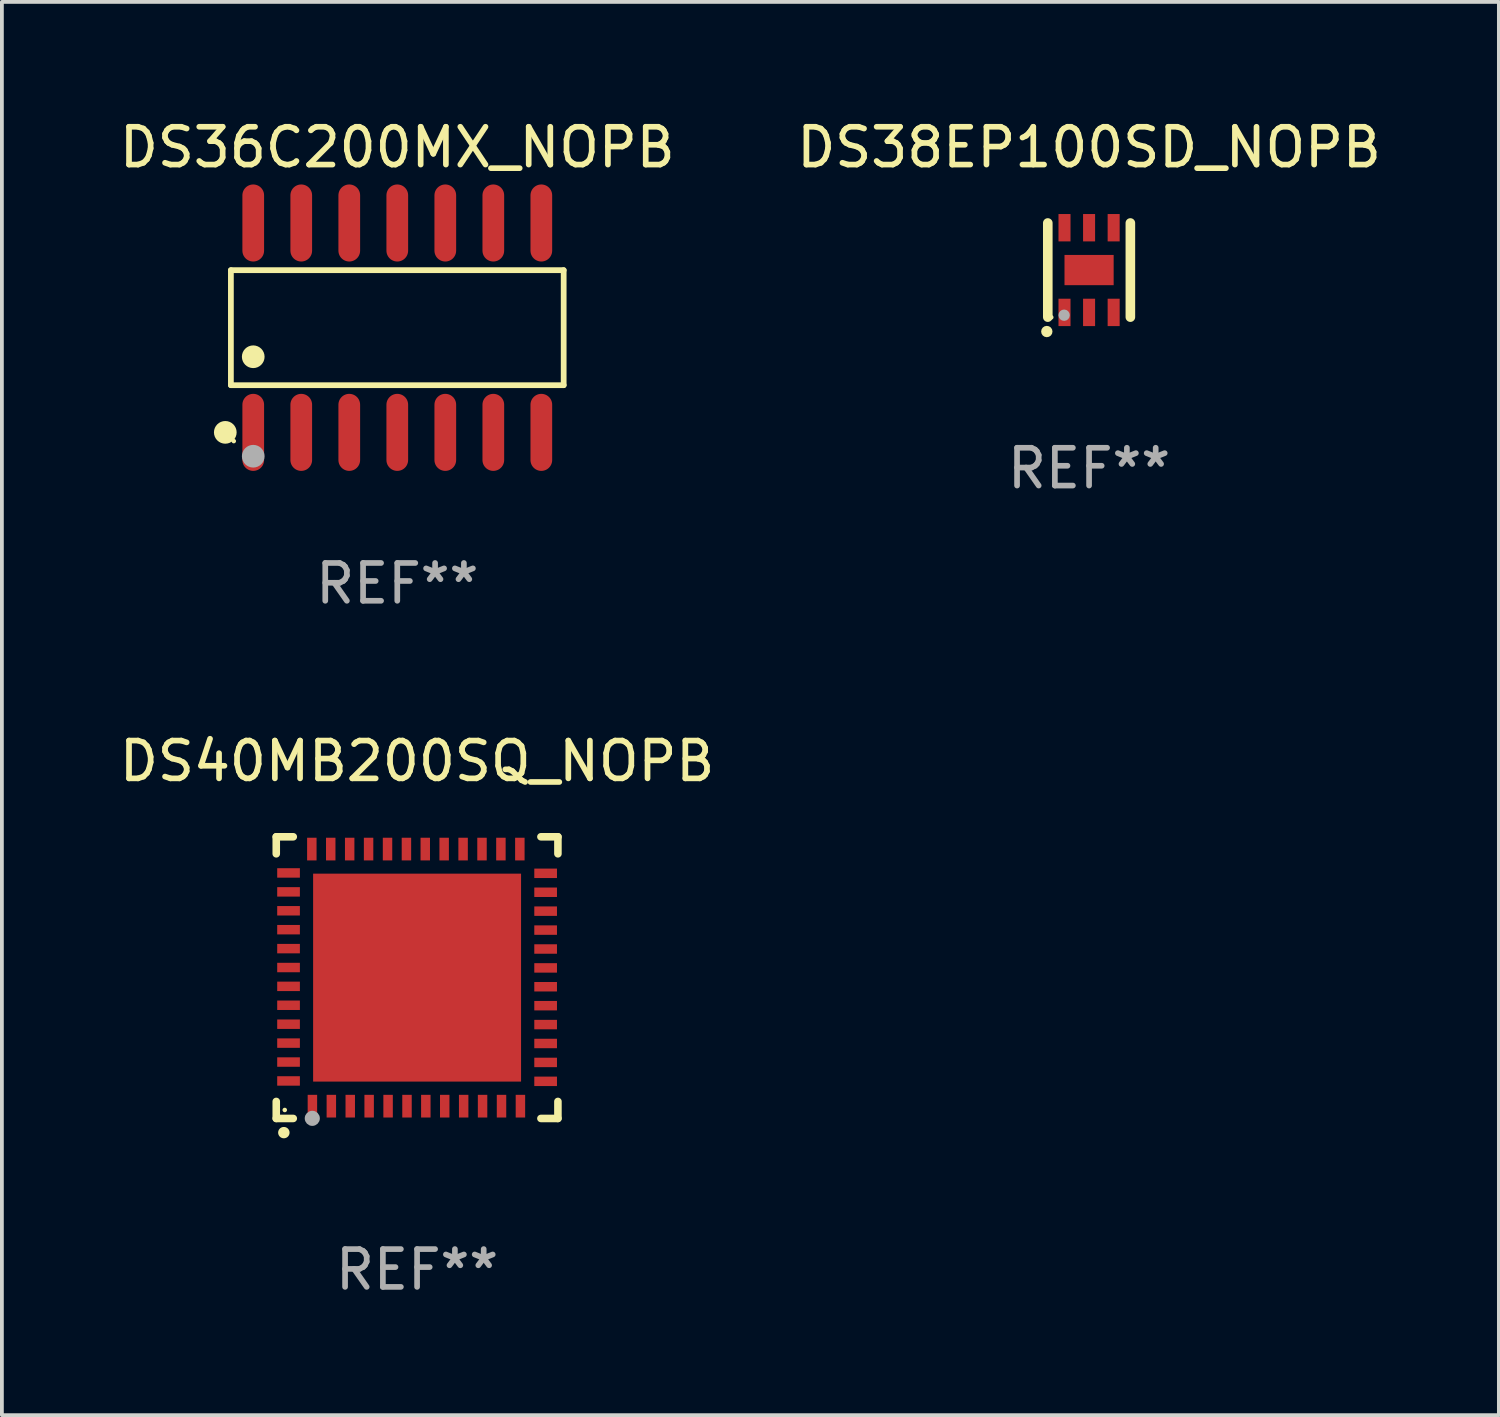
<source format=kicad_pcb>
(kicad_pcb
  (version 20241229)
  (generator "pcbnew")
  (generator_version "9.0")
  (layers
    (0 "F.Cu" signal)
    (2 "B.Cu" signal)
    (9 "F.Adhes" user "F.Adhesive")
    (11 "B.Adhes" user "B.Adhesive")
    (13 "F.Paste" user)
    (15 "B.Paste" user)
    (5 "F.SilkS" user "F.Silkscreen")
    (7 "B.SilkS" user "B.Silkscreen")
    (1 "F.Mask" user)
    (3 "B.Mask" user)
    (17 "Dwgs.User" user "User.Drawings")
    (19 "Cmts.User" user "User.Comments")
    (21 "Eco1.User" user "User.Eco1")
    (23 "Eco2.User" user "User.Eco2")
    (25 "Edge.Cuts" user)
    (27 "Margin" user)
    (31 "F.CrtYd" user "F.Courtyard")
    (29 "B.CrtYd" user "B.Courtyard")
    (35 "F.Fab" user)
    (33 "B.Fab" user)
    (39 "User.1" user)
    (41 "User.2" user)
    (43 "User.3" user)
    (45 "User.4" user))
  (footprint "DS38EP100SD_NOPB"
    (layer "F.Cu")
    (at 25.756 4.093)
    (property "Reference" "DS38EP100SD_NOPB" (at 0 -3.245 0) (layer "F.SilkS") (effects (font (size 1 1) (thickness 0.15))))
    (attr through_hole)
    (fp_line (start -1.092 1.245) (end -1.092 -1.245) (stroke (width 0.254) (type solid)) (layer "F.SilkS"))
    (fp_line (start 1.092 -1.245) (end 1.092 1.245) (stroke (width 0.254) (type solid)) (layer "F.SilkS"))
    (fp_circle (center -1.118 1.626) (end -1.043 1.626) (stroke (width 0.15) (type solid)) (fill no) (layer "F.SilkS"))
    (fp_circle (center -1 1.25) (end -0.97 1.25) (stroke (width 0.06) (type solid)) (fill no) (layer "F.SilkS"))
    (fp_circle (center -0.66 1.194) (end -0.585 1.194) (stroke (width 0.15) (type solid)) (fill no) (layer "F.Fab"))
    (fp_text user "REF**" (at 0 5.245 0) (layer "F.Fab") (effects (font (size 1 1) (thickness 0.15))))
    (pad "1" smd rect (at -0.65 1.12 180) (size 0.318 0.724) (layers "F.Cu" "F.Mask" "F.Paste"))
    (pad "2" smd rect (at 0 1.12 180) (size 0.318 0.724) (layers "F.Cu" "F.Mask" "F.Paste"))
    (pad "3" smd rect (at 0.65 1.12 180) (size 0.318 0.724) (layers "F.Cu" "F.Mask" "F.Paste"))
    (pad "4" smd rect (at 0.65 -1.12 180) (size 0.318 0.724) (layers "F.Cu" "F.Mask" "F.Paste"))
    (pad "5" smd rect (at 0 -1.12 180) (size 0.318 0.724) (layers "F.Cu" "F.Mask" "F.Paste"))
    (pad "6" smd rect (at -0.65 -1.12 180) (size 0.318 0.724) (layers "F.Cu" "F.Mask" "F.Paste"))
    (pad "7" smd rect (at 0 0 90) (size 0.8 1.3) (layers "F.Cu" "F.Mask" "F.Paste")))
  (footprint "DS40MB200SQ_NOPB"
    (layer "F.Cu")
    (at 7.982 22.808)
    (property "Reference" "DS40MB200SQ_NOPB" (at 0 -5.725 0) (layer "F.SilkS") (effects (font (size 1 1) (thickness 0.15))))
    (attr through_hole)
    (fp_line (start -3.725 -3.725) (end -3.275 -3.725) (stroke (width 0.2) (type solid)) (layer "F.SilkS"))
    (fp_line (start -3.725 -3.275) (end -3.725 -3.725) (stroke (width 0.2) (type solid)) (layer "F.SilkS"))
    (fp_line (start -3.725 3.725) (end -3.725 3.275) (stroke (width 0.2) (type solid)) (layer "F.SilkS"))
    (fp_line (start -3.275 3.725) (end -3.725 3.725) (stroke (width 0.2) (type solid)) (layer "F.SilkS"))
    (fp_line (start 3.275 3.725) (end 3.725 3.725) (stroke (width 0.2) (type solid)) (layer "F.SilkS"))
    (fp_line (start 3.725 -3.725) (end 3.275 -3.725) (stroke (width 0.2) (type solid)) (layer "F.SilkS"))
    (fp_line (start 3.725 -3.275) (end 3.725 -3.725) (stroke (width 0.2) (type solid)) (layer "F.SilkS"))
    (fp_line (start 3.725 3.725) (end 3.725 3.275) (stroke (width 0.2) (type solid)) (layer "F.SilkS"))
    (fp_arc (start -3.525527 4.099568) (mid -3.524257 4.099563) (end -3.522987 4.099568) (stroke (width 0.3) (type solid)) (layer "F.SilkS"))
    (fp_circle (center -3.5 3.501) (end -3.47 3.501) (stroke (width 0.06) (type solid)) (fill no) (layer "F.SilkS"))
    (fp_circle (center -2.772 3.722) (end -2.672 3.722) (stroke (width 0.2) (type solid)) (fill no) (layer "F.Fab"))
    (fp_text user "REF**" (at 0 7.725 0) (layer "F.Fab") (effects (font (size 1 1) (thickness 0.15))))
    (pad "1" smd rect (at -2.769 3.4 180) (size 0.25 0.6) (layers "F.Cu" "F.Mask" "F.Paste"))
    (pad "2" smd rect (at -2.268 3.4 180) (size 0.25 0.6) (layers "F.Cu" "F.Mask" "F.Paste"))
    (pad "3" smd rect (at -1.768 3.4 180) (size 0.25 0.6) (layers "F.Cu" "F.Mask" "F.Paste"))
    (pad "4" smd rect (at -1.268 3.4 180) (size 0.25 0.6) (layers "F.Cu" "F.Mask" "F.Paste"))
    (pad "5" smd rect (at -0.767 3.4 180) (size 0.25 0.6) (layers "F.Cu" "F.Mask" "F.Paste"))
    (pad "6" smd rect (at -0.267 3.4 180) (size 0.25 0.6) (layers "F.Cu" "F.Mask" "F.Paste"))
    (pad "7" smd rect (at 0.231 3.4 180) (size 0.25 0.6) (layers "F.Cu" "F.Mask" "F.Paste"))
    (pad "8" smd rect (at 0.731 3.4 180) (size 0.25 0.6) (layers "F.Cu" "F.Mask" "F.Paste"))
    (pad "9" smd rect (at 1.232 3.4 180) (size 0.25 0.6) (layers "F.Cu" "F.Mask" "F.Paste"))
    (pad "10" smd rect (at 1.732 3.4 180) (size 0.25 0.6) (layers "F.Cu" "F.Mask" "F.Paste"))
    (pad "11" smd rect (at 2.233 3.4 180) (size 0.25 0.6) (layers "F.Cu" "F.Mask" "F.Paste"))
    (pad "12" smd rect (at 2.733 3.4 180) (size 0.25 0.6) (layers "F.Cu" "F.Mask" "F.Paste"))
    (pad "13" smd rect (at 3.4 2.743 90) (size 0.25 0.6) (layers "F.Cu" "F.Mask" "F.Paste"))
    (pad "14" smd rect (at 3.4 2.243 90) (size 0.25 0.6) (layers "F.Cu" "F.Mask" "F.Paste"))
    (pad "15" smd rect (at 3.4 1.742 90) (size 0.25 0.6) (layers "F.Cu" "F.Mask" "F.Paste"))
    (pad "16" smd rect (at 3.4 1.242 90) (size 0.25 0.6) (layers "F.Cu" "F.Mask" "F.Paste"))
    (pad "17" smd rect (at 3.4 0.742 90) (size 0.25 0.6) (layers "F.Cu" "F.Mask" "F.Paste"))
    (pad "18" smd rect (at 3.4 0.241 90) (size 0.25 0.6) (layers "F.Cu" "F.Mask" "F.Paste"))
    (pad "19" smd rect (at 3.4 -0.257 90) (size 0.25 0.6) (layers "F.Cu" "F.Mask" "F.Paste"))
    (pad "20" smd rect (at 3.4 -0.757 90) (size 0.25 0.6) (layers "F.Cu" "F.Mask" "F.Paste"))
    (pad "21" smd rect (at 3.4 -1.257 90) (size 0.25 0.6) (layers "F.Cu" "F.Mask" "F.Paste"))
    (pad "22" smd rect (at 3.4 -1.758 90) (size 0.25 0.6) (layers "F.Cu" "F.Mask" "F.Paste"))
    (pad "23" smd rect (at 3.4 -2.258 90) (size 0.25 0.6) (layers "F.Cu" "F.Mask" "F.Paste"))
    (pad "24" smd rect (at 3.4 -2.759 90) (size 0.25 0.6) (layers "F.Cu" "F.Mask" "F.Paste"))
    (pad "25" smd rect (at 2.718 -3.4 180) (size 0.25 0.6) (layers "F.Cu" "F.Mask" "F.Paste"))
    (pad "26" smd rect (at 2.217 -3.4 180) (size 0.25 0.6) (layers "F.Cu" "F.Mask" "F.Paste"))
    (pad "27" smd rect (at 1.717 -3.4 180) (size 0.25 0.6) (layers "F.Cu" "F.Mask" "F.Paste"))
    (pad "28" smd rect (at 1.217 -3.4 180) (size 0.25 0.6) (layers "F.Cu" "F.Mask" "F.Paste"))
    (pad "29" smd rect (at 0.716 -3.4 180) (size 0.25 0.6) (layers "F.Cu" "F.Mask" "F.Paste"))
    (pad "30" smd rect (at 0.216 -3.4 180) (size 0.25 0.6) (layers "F.Cu" "F.Mask" "F.Paste"))
    (pad "31" smd rect (at -0.282 -3.4 180) (size 0.25 0.6) (layers "F.Cu" "F.Mask" "F.Paste"))
    (pad "32" smd rect (at -0.782 -3.4 180) (size 0.25 0.6) (layers "F.Cu" "F.Mask" "F.Paste"))
    (pad "33" smd rect (at -1.283 -3.4 180) (size 0.25 0.6) (layers "F.Cu" "F.Mask" "F.Paste"))
    (pad "34" smd rect (at -1.783 -3.4 180) (size 0.25 0.6) (layers "F.Cu" "F.Mask" "F.Paste"))
    (pad "35" smd rect (at -2.284 -3.4 180) (size 0.25 0.6) (layers "F.Cu" "F.Mask" "F.Paste"))
    (pad "36" smd rect (at -2.784 -3.4 180) (size 0.25 0.6) (layers "F.Cu" "F.Mask" "F.Paste"))
    (pad "37" smd rect (at -3.4 -2.769 90) (size 0.25 0.6) (layers "F.Cu" "F.Mask" "F.Paste"))
    (pad "38" smd rect (at -3.4 -2.268 90) (size 0.25 0.6) (layers "F.Cu" "F.Mask" "F.Paste"))
    (pad "39" smd rect (at -3.4 -1.768 90) (size 0.25 0.6) (layers "F.Cu" "F.Mask" "F.Paste"))
    (pad "40" smd rect (at -3.4 -1.268 90) (size 0.25 0.6) (layers "F.Cu" "F.Mask" "F.Paste"))
    (pad "41" smd rect (at -3.4 -0.767 90) (size 0.25 0.6) (layers "F.Cu" "F.Mask" "F.Paste"))
    (pad "42" smd rect (at -3.4 -0.267 90) (size 0.25 0.6) (layers "F.Cu" "F.Mask" "F.Paste"))
    (pad "43" smd rect (at -3.4 0.231 90) (size 0.25 0.6) (layers "F.Cu" "F.Mask" "F.Paste"))
    (pad "44" smd rect (at -3.4 0.731 90) (size 0.25 0.6) (layers "F.Cu" "F.Mask" "F.Paste"))
    (pad "45" smd rect (at -3.4 1.232 90) (size 0.25 0.6) (layers "F.Cu" "F.Mask" "F.Paste"))
    (pad "46" smd rect (at -3.4 1.732 90) (size 0.25 0.6) (layers "F.Cu" "F.Mask" "F.Paste"))
    (pad "47" smd rect (at -3.4 2.233 90) (size 0.25 0.6) (layers "F.Cu" "F.Mask" "F.Paste"))
    (pad "48" smd rect (at -3.4 2.733 90) (size 0.25 0.6) (layers "F.Cu" "F.Mask" "F.Paste"))
    (pad "49" smd rect (at -0.000076 -0.000076 90) (size 5.5 5.5) (layers "F.Cu" "F.Mask" "F.Paste")))
  (footprint "DS36C200MX_NOPB"
    (layer "F.Cu")
    (at 7.458 5.617)
    (property "Reference" "DS36C200MX_NOPB" (at 0 -4.769 0) (layer "F.SilkS") (effects (font (size 1 1) (thickness 0.15))))
    (attr through_hole)
    (fp_line (start -4.401 -1.521) (end 4.401 -1.521) (stroke (width 0.152) (type solid)) (layer "F.SilkS"))
    (fp_line (start -4.401 1.521) (end -4.401 -1.521) (stroke (width 0.152) (type solid)) (layer "F.SilkS"))
    (fp_line (start 4.401 -1.521) (end 4.401 1.521) (stroke (width 0.152) (type solid)) (layer "F.SilkS"))
    (fp_line (start 4.401 1.521) (end -4.401 1.521) (stroke (width 0.152) (type solid)) (layer "F.SilkS"))
    (fp_circle (center -4.549 2.769) (end -4.399 2.769) (stroke (width 0.3) (type solid)) (fill no) (layer "F.SilkS"))
    (fp_circle (center -4.325 3) (end -4.295 3) (stroke (width 0.06) (type solid)) (fill no) (layer "F.SilkS"))
    (fp_circle (center -3.81 0.769) (end -3.66 0.769) (stroke (width 0.3) (type solid)) (fill no) (layer "F.SilkS"))
    (fp_circle (center -3.81 3.4) (end -3.66 3.4) (stroke (width 0.3) (type solid)) (fill no) (layer "F.Fab"))
    (fp_text user "REF**" (at 0 6.769 0) (layer "F.Fab") (effects (font (size 1 1) (thickness 0.15))))
    (pad "1" smd oval (at -3.81 2.769) (size 0.574 2.038) (layers "F.Cu" "F.Mask" "F.Paste"))
    (pad "2" smd oval (at -2.54 2.769) (size 0.574 2.038) (layers "F.Cu" "F.Mask" "F.Paste"))
    (pad "3" smd oval (at -1.27 2.769) (size 0.574 2.038) (layers "F.Cu" "F.Mask" "F.Paste"))
    (pad "4" smd oval (at 0 2.769) (size 0.574 2.038) (layers "F.Cu" "F.Mask" "F.Paste"))
    (pad "5" smd oval (at 1.27 2.769) (size 0.574 2.038) (layers "F.Cu" "F.Mask" "F.Paste"))
    (pad "6" smd oval (at 2.54 2.769) (size 0.574 2.038) (layers "F.Cu" "F.Mask" "F.Paste"))
    (pad "7" smd oval (at 3.81 2.769) (size 0.574 2.038) (layers "F.Cu" "F.Mask" "F.Paste"))
    (pad "8" smd oval (at 3.81 -2.769) (size 0.574 2.038) (layers "F.Cu" "F.Mask" "F.Paste"))
    (pad "9" smd oval (at 2.54 -2.769) (size 0.574 2.038) (layers "F.Cu" "F.Mask" "F.Paste"))
    (pad "10" smd oval (at 1.27 -2.769) (size 0.574 2.038) (layers "F.Cu" "F.Mask" "F.Paste"))
    (pad "11" smd oval (at 0 -2.769) (size 0.574 2.038) (layers "F.Cu" "F.Mask" "F.Paste"))
    (pad "12" smd oval (at -1.27 -2.769) (size 0.574 2.038) (layers "F.Cu" "F.Mask" "F.Paste"))
    (pad "13" smd oval (at -2.54 -2.769) (size 0.574 2.038) (layers "F.Cu" "F.Mask" "F.Paste"))
    (pad "14" smd oval (at -3.81 -2.769) (size 0.574 2.038) (layers "F.Cu" "F.Mask" "F.Paste")))
  (gr_rect
    (start -3 -3)
    (end 36.595 34.381)
    (stroke (width 0.1) (type default))
    (fill no)
    (layer "Edge.Cuts")))
</source>
